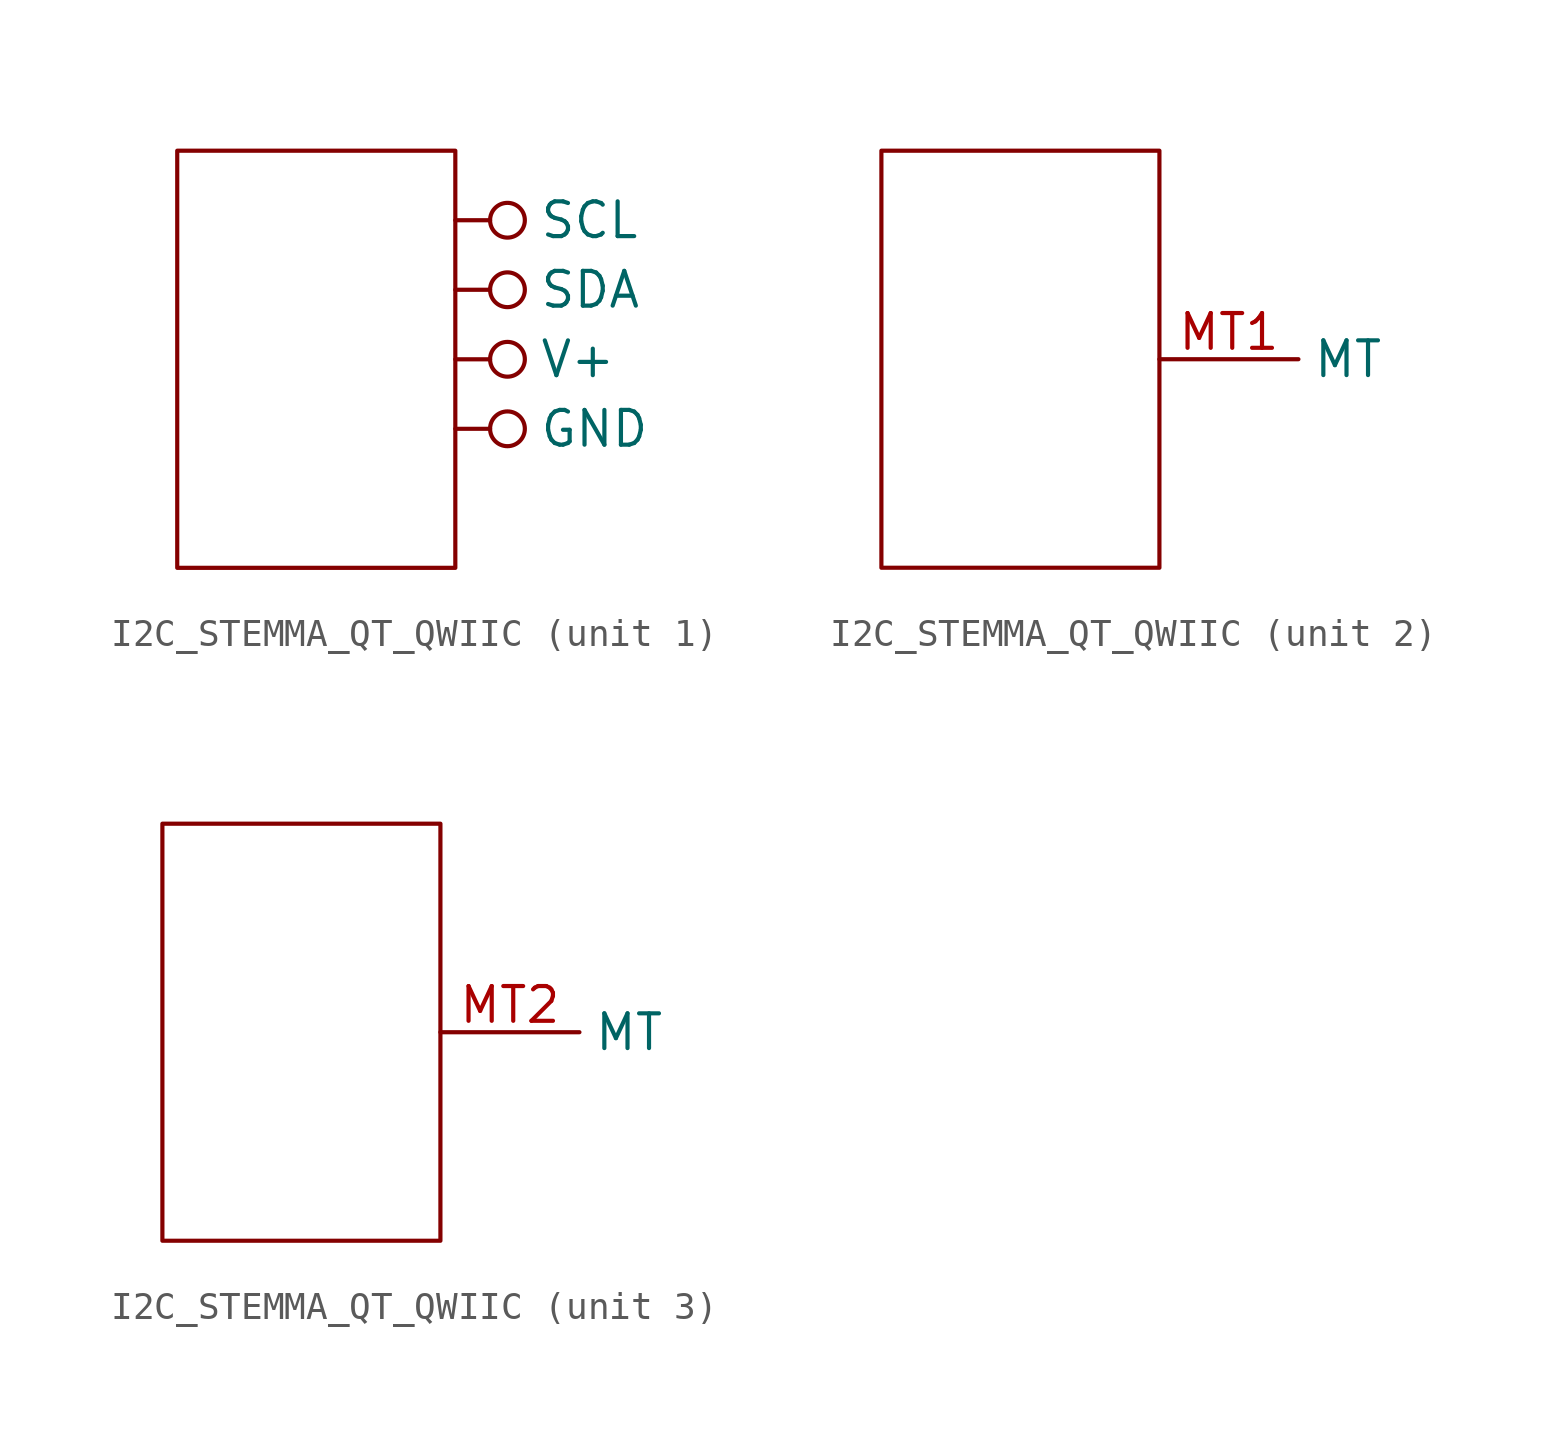
<source format=kicad_sym>
(kicad_symbol_lib
  (version 20241209)
  (generator "kicad_symbol_editor")
  (generator_version "9.0")
  (symbol "I2C_STEMMA_QT_QWIIC"
    (property "Reference" "CONN?"
      (at -10.16 7.62 0)
      (effects (font (size 1.778 1.511)) (justify left bottom) (hide yes)))
    (property "ki_locked" ""
      (at 0 0 0)
      (effects (font (size 1.27 1.27))))
    (symbol "I2C_STEMMA_QT_QWIIC_0_1"
      (rectangle (start 0 7.62) (end -10.16 -7.62) (stroke (width 0) (type default)) (fill (type none))))
    (symbol "I2C_STEMMA_QT_QWIIC_1_0"
      (pin passive inverted (at 0 5.08 0) (length 2.54) (name "SCL" (effects (font (size 1.27 1.27)))) (number "4" (effects (font (size 0 0)))))
      (pin passive inverted (at 0 2.54 0) (length 2.54) (name "SDA" (effects (font (size 1.27 1.27)))) (number "3" (effects (font (size 0 0)))))
      (pin power_in inverted (at 0 0 0) (length 2.54) (name "V+" (effects (font (size 1.27 1.27)))) (number "2" (effects (font (size 0 0)))))
      (pin power_in inverted (at 0 -2.54 0) (length 2.54) (name "GND" (effects (font (size 1.27 1.27)))) (number "1" (effects (font (size 0 0))))))
    (symbol "I2C_STEMMA_QT_QWIIC_2_0"
      (pin bidirectional line (at 0 0 0) (length 5.08) (name "MT" (effects (font (size 1.27 1.27)))) (number "MT1" (effects (font (size 1.27 1.27))))))
    (symbol "I2C_STEMMA_QT_QWIIC_3_0"
      (pin bidirectional line (at 0 0 0) (length 5.08) (name "MT" (effects (font (size 1.27 1.27)))) (number "MT2" (effects (font (size 1.27 1.27))))))))
</source>
